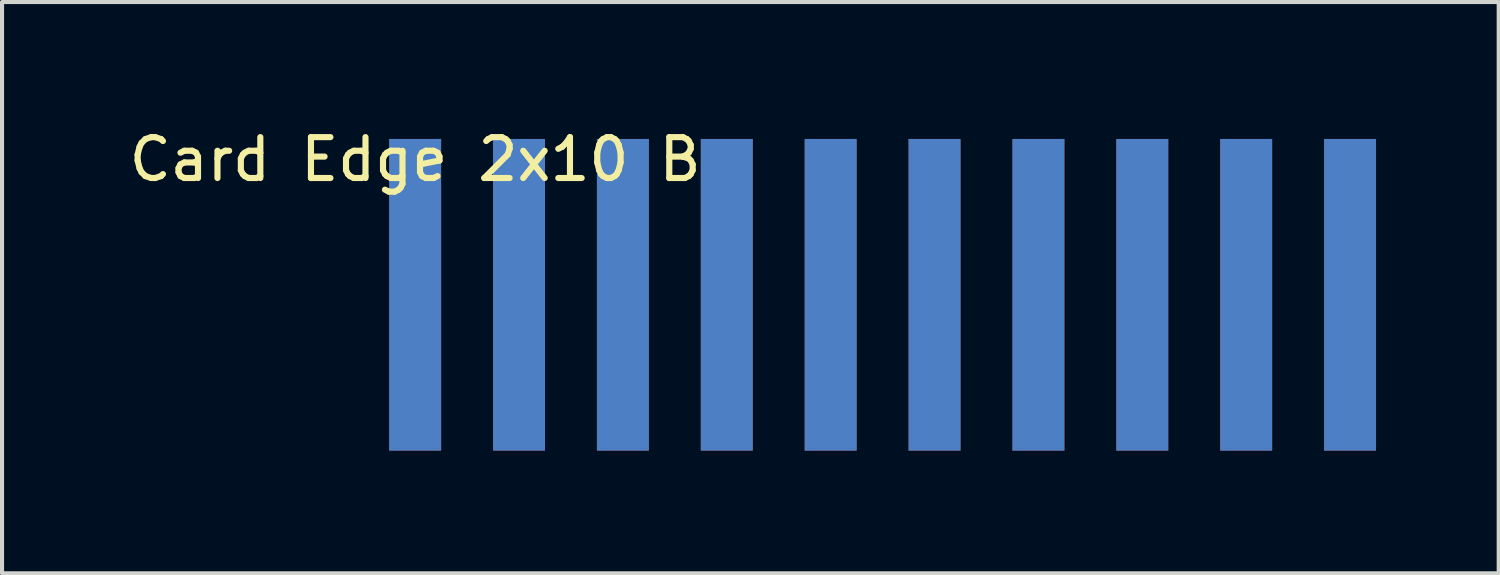
<source format=kicad_pcb>
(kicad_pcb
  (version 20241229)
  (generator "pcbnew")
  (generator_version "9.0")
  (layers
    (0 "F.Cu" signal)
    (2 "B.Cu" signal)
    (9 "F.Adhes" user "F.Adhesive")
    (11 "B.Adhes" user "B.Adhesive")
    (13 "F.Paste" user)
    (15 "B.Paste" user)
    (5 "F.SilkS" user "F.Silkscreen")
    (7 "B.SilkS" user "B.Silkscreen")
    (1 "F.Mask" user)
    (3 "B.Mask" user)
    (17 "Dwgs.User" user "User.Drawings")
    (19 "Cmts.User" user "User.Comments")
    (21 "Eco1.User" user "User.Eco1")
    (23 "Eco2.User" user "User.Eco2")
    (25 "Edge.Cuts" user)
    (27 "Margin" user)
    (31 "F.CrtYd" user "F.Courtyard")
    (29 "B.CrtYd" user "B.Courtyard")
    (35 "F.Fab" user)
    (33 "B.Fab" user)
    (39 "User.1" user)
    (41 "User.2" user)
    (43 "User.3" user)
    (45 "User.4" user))
  (footprint "Card Edge 2x10 B"
    (layer "F.Cu")
    (at 7.101 0.348)
    (property "Reference" "Card Edge 2x10 B" (at 0 0.5 0) (layer "F.SilkS") (effects (font (size 1 1) (thickness 0.15))))
    (attr through_hole)
    (pad "1" connect rect (at 0 3.81) (size 1.27 7.62) (layers "F.Cu" "F.Mask"))
    (pad "2" connect rect (at 0 3.81) (size 1.27 7.62) (layers "B.Cu" "B.Mask"))
    (pad "3" connect rect (at 2.54 3.81) (size 1.27 7.62) (layers "F.Cu" "F.Mask"))
    (pad "4" connect rect (at 2.54 3.81) (size 1.27 7.62) (layers "B.Cu" "B.Mask"))
    (pad "5" connect rect (at 5.08 3.81) (size 1.27 7.62) (layers "F.Cu" "F.Mask"))
    (pad "6" connect rect (at 5.08 3.81) (size 1.27 7.62) (layers "B.Cu" "B.Mask"))
    (pad "7" connect rect (at 7.62 3.81) (size 1.27 7.62) (layers "F.Cu" "F.Mask"))
    (pad "8" connect rect (at 7.62 3.81) (size 1.27 7.62) (layers "B.Cu" "B.Mask"))
    (pad "9" connect rect (at 10.16 3.81) (size 1.27 7.62) (layers "F.Cu" "F.Mask"))
    (pad "10" connect rect (at 10.16 3.81) (size 1.27 7.62) (layers "B.Cu" "B.Mask"))
    (pad "11" connect rect (at 12.7 3.81) (size 1.27 7.62) (layers "F.Cu" "F.Mask"))
    (pad "12" connect rect (at 12.7 3.81) (size 1.27 7.62) (layers "B.Cu" "B.Mask"))
    (pad "13" connect rect (at 15.24 3.81) (size 1.27 7.62) (layers "F.Cu" "F.Mask"))
    (pad "14" connect rect (at 15.24 3.81) (size 1.27 7.62) (layers "B.Cu" "B.Mask"))
    (pad "15" connect rect (at 17.78 3.81) (size 1.27 7.62) (layers "F.Cu" "F.Mask"))
    (pad "16" connect rect (at 17.78 3.81) (size 1.27 7.62) (layers "B.Cu" "B.Mask"))
    (pad "17" connect rect (at 20.32 3.81) (size 1.27 7.62) (layers "F.Cu" "F.Mask"))
    (pad "18" connect rect (at 20.32 3.81) (size 1.27 7.62) (layers "B.Cu" "B.Mask"))
    (pad "19" connect rect (at 22.86 3.81) (size 1.27 7.62) (layers "F.Cu" "F.Mask"))
    (pad "20" connect rect (at 22.86 3.81) (size 1.27 7.62) (layers "*.Mask" "B.Cu")))
  (gr_rect
    (start -3 -3)
    (end 33.596 10.968)
    (stroke (width 0.1) (type default))
    (fill no)
    (layer "Edge.Cuts")))
</source>
